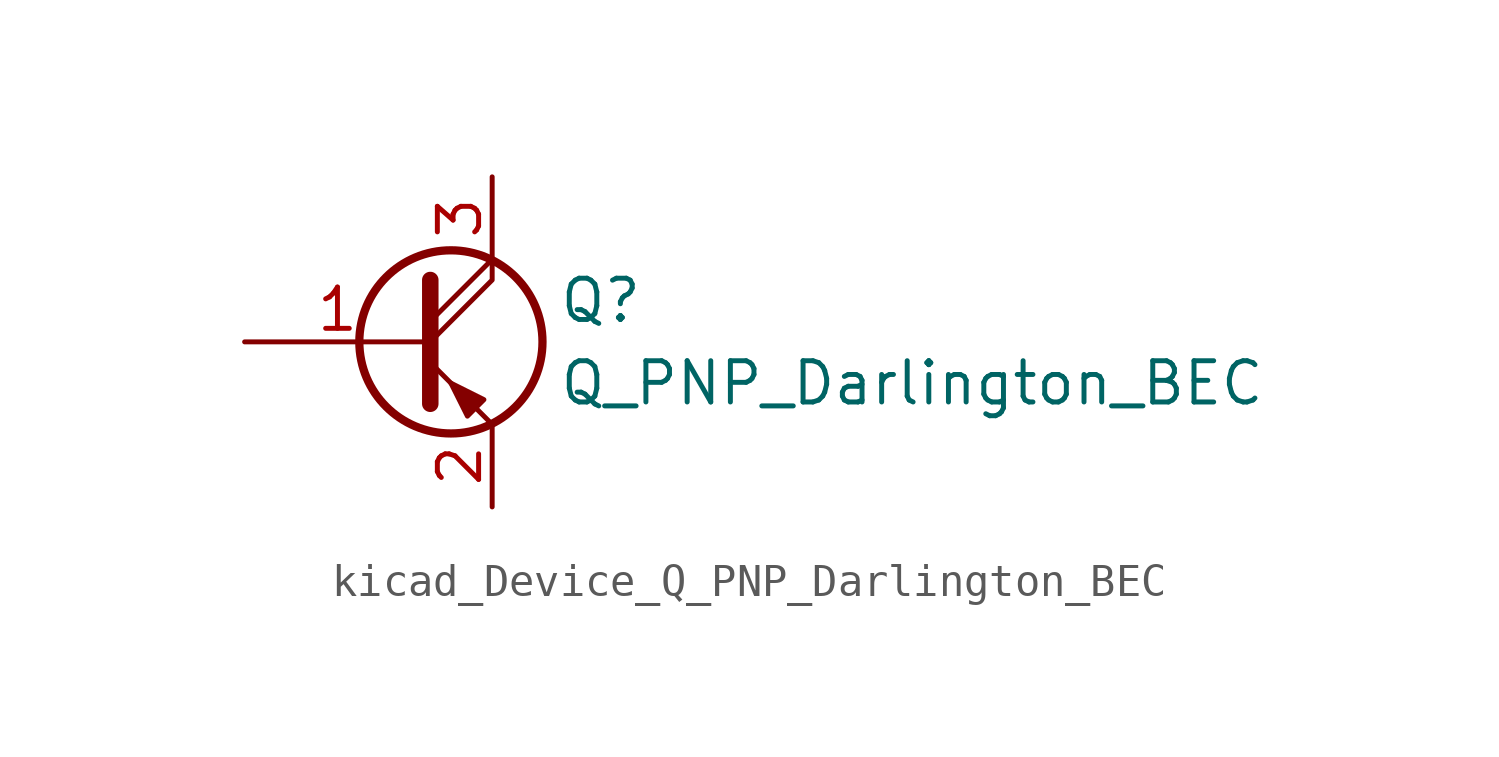
<source format=kicad_sym>
(kicad_symbol_lib
  (version 20220914)
  (generator kicad_symbol_editor)
  (symbol "kicad_Device_Q_PNP_Darlington_BEC"
    (pin_names
      (offset 0) hide)
    (property "Reference" "Q"
      (at 4.572 1.27 0)
      (effects (font (size 1.27 1.27)) (justify left)))
    (property "Value" "Q_PNP_Darlington_BEC"
      (at 4.572 -1.27 0)
      (effects (font (size 1.27 1.27)) (justify left)))
    (symbol "kicad_Device_Q_PNP_Darlington_BEC_0_1"
      (polyline (pts (xy 0.635 0.635) (xy 2.54 2.54)) (stroke (width 0) (type default)) (fill (type none)))
      (polyline (pts (xy 0.635 -0.635) (xy 2.54 -2.54) (xy 2.54 -2.54)) (stroke (width 0) (type default)) (fill (type none)))
      (polyline (pts (xy 0.635 0) (xy 2.54 1.905) (xy 2.54 2.54)) (stroke (width 0) (type default)) (fill (type none)))
      (polyline (pts (xy 0.635 1.905) (xy 0.635 -1.905) (xy 0.635 -1.905)) (stroke (width 0.508) (type default)) (fill (type none)))
      (polyline (pts (xy 2.286 -1.778) (xy 1.778 -2.286) (xy 1.27 -1.27) (xy 2.286 -1.778) (xy 2.286 -1.778)) (stroke (width 0) (type default)) (fill (type outline)))
      (circle (center 1.27 0) (radius 2.819) (stroke (width 0.254) (type default)) (fill (type none))))
    (symbol "kicad_Device_Q_PNP_Darlington_BEC_1_1"
      (pin input line (at -5.08 0 0) (length 5.715) (name "B" (effects (font (size 1.27 1.27)))) (number "1" (effects (font (size 1.27 1.27)))))
      (pin passive line (at 2.54 -5.08 90) (length 2.54) (name "E" (effects (font (size 1.27 1.27)))) (number "2" (effects (font (size 1.27 1.27)))))
      (pin passive line (at 2.54 5.08 270) (length 2.54) (name "C" (effects (font (size 1.27 1.27)))) (number "3" (effects (font (size 1.27 1.27))))))))
</source>
